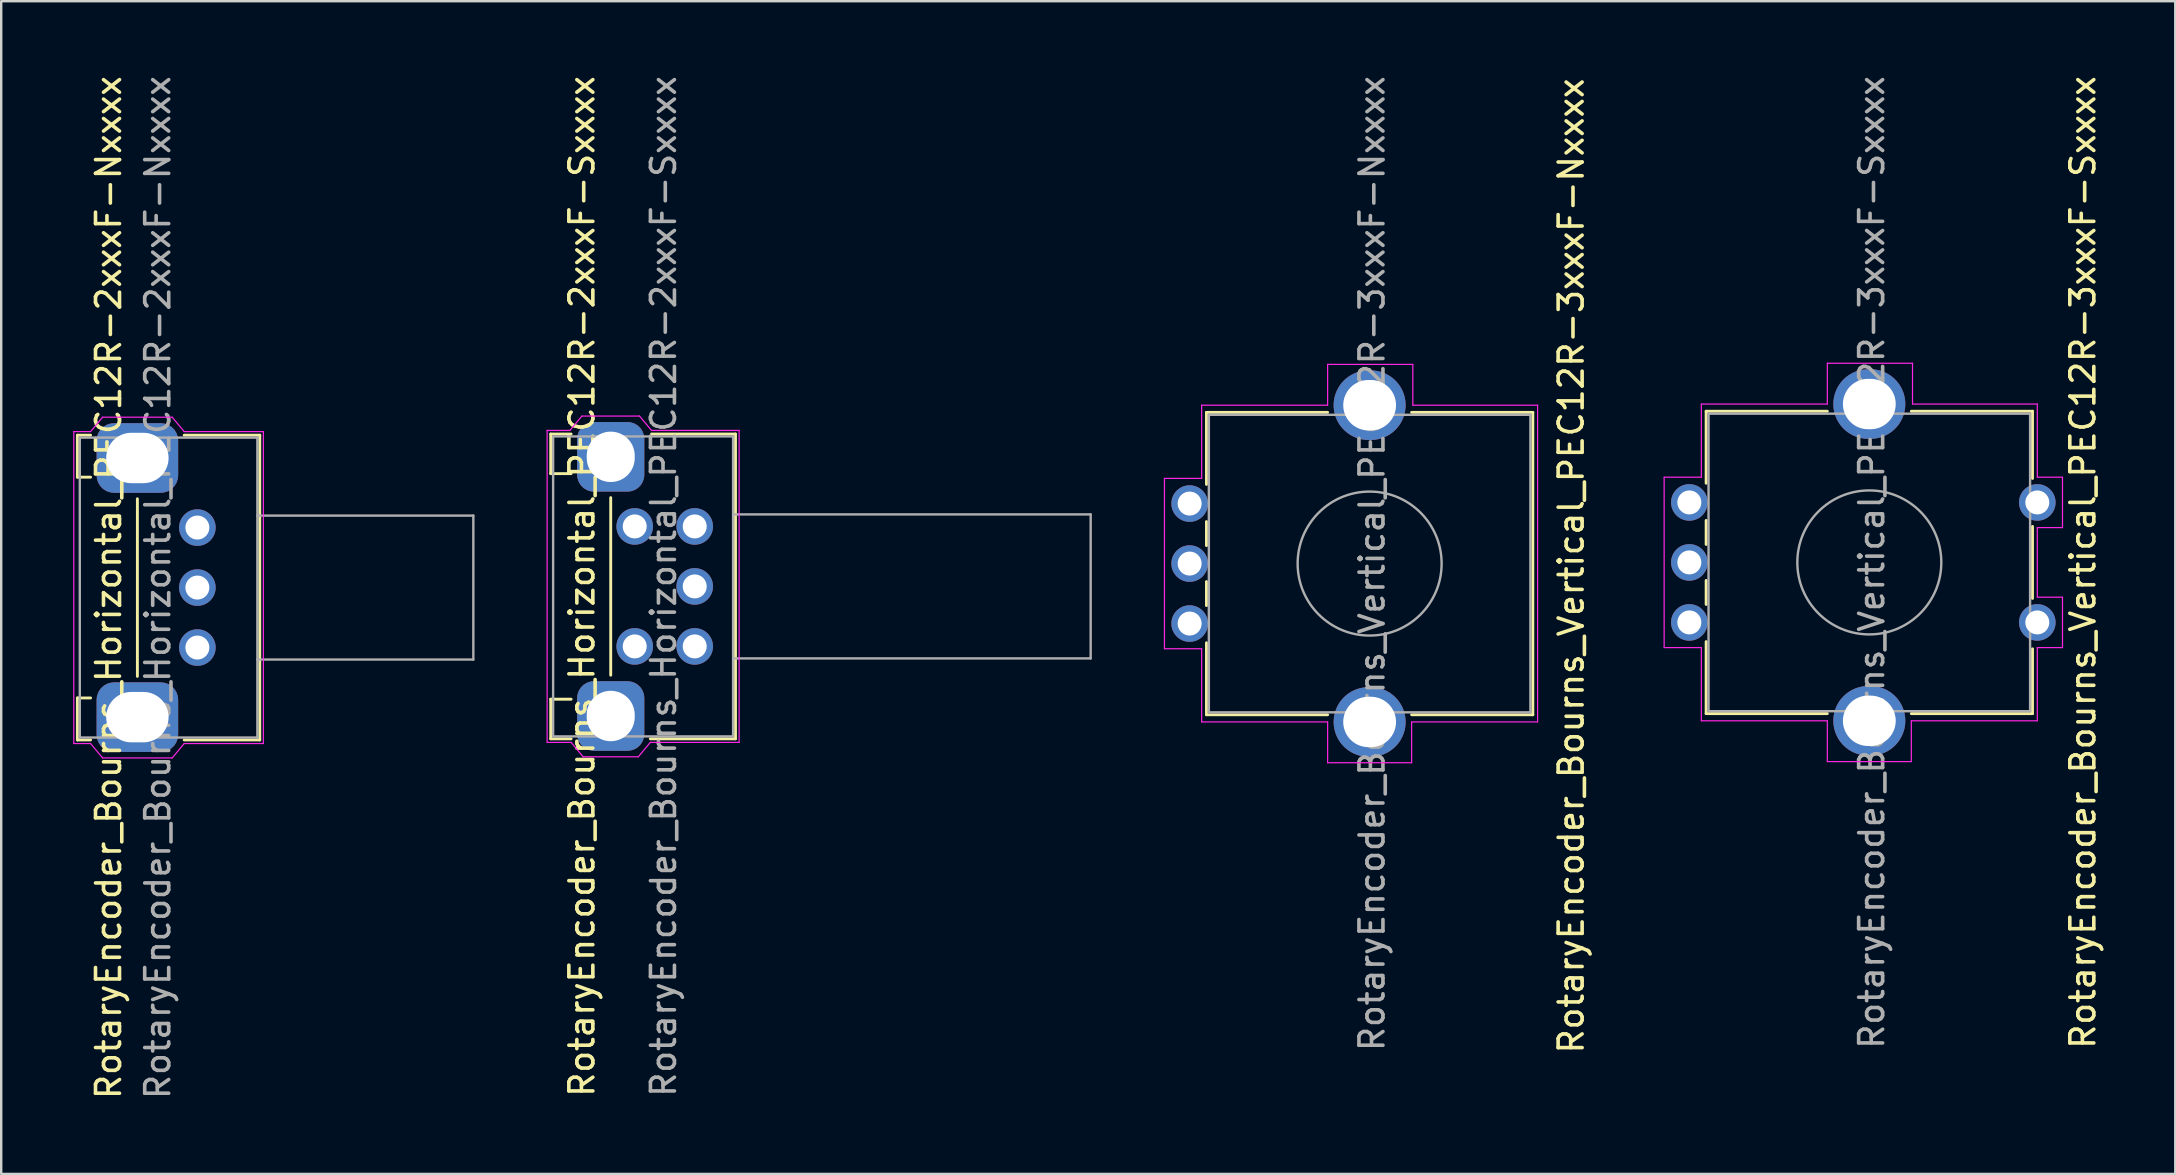
<source format=kicad_pcb>
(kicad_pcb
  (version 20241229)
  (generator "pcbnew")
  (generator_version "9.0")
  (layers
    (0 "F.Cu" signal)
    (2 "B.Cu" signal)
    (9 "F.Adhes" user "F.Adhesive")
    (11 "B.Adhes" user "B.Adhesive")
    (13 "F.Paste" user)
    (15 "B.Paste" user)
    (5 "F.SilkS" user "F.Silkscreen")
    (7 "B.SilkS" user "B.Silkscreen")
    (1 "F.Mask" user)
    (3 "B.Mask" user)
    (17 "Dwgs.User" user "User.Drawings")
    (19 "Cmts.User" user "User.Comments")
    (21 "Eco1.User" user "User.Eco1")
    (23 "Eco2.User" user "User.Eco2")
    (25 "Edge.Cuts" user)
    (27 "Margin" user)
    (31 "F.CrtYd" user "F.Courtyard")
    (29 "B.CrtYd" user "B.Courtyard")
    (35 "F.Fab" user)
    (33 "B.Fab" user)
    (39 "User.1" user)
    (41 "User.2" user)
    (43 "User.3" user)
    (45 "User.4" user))
  (footprint "RotaryEncoder_Bourns_Vertical_PEC12R-3xxxF-Nxxxx"
    (layer "F.Cu")
    (at 46.525 17.935)
    (property "Reference" "RotaryEncoder_Bourns_Vertical_PEC12R-3xxxF-Nxxxx" (at 15.9 2.6 90) (layer "F.SilkS") (effects (font (size 1 1) (thickness 0.15))))
    (attr through_hole)
    (fp_line (start 0.7 -3.8) (end 5.75 -3.8) (stroke (width 0.12) (type solid)) (layer "F.SilkS"))
    (fp_line (start 0.7 -0.8) (end 0.7 -3.8) (stroke (width 0.12) (type solid)) (layer "F.SilkS"))
    (fp_line (start 0.7 0.75) (end 0.7 1.75) (stroke (width 0.12) (type solid)) (layer "F.SilkS"))
    (fp_line (start 0.7 3.25) (end 0.7 4.25) (stroke (width 0.12) (type solid)) (layer "F.SilkS"))
    (fp_line (start 0.7 5.8) (end 0.7 8.8) (stroke (width 0.12) (type solid)) (layer "F.SilkS"))
    (fp_line (start 5.75 8.8) (end 0.7 8.8) (stroke (width 0.12) (type solid)) (layer "F.SilkS"))
    (fp_line (start 9.25 -3.8) (end 14.3 -3.8) (stroke (width 0.12) (type solid)) (layer "F.SilkS"))
    (fp_line (start 14.3 -3.8) (end 14.3 8.8) (stroke (width 0.12) (type solid)) (layer "F.SilkS"))
    (fp_line (start 14.3 8.8) (end 9.25 8.8) (stroke (width 0.12) (type solid)) (layer "F.SilkS"))
    (fp_line (start -1.05 -1.05) (end 0.5 -1.05) (stroke (width 0.05) (type solid)) (layer "F.CrtYd"))
    (fp_line (start -1.05 6.05) (end -1.05 -1.05) (stroke (width 0.05) (type solid)) (layer "F.CrtYd"))
    (fp_line (start 0.5 -4.1) (end 5.75 -4.1) (stroke (width 0.05) (type solid)) (layer "F.CrtYd"))
    (fp_line (start 0.5 -1.05) (end 0.5 -4.1) (stroke (width 0.05) (type solid)) (layer "F.CrtYd"))
    (fp_line (start 0.5 6.05) (end -1.05 6.05) (stroke (width 0.05) (type solid)) (layer "F.CrtYd"))
    (fp_line (start 0.5 9.1) (end 0.5 6.05) (stroke (width 0.05) (type solid)) (layer "F.CrtYd"))
    (fp_line (start 5.75 -5.8) (end 9.3 -5.8) (stroke (width 0.05) (type solid)) (layer "F.CrtYd"))
    (fp_line (start 5.75 -4.1) (end 5.75 -5.8) (stroke (width 0.05) (type solid)) (layer "F.CrtYd"))
    (fp_line (start 5.75 9.1) (end 0.5 9.1) (stroke (width 0.05) (type solid)) (layer "F.CrtYd"))
    (fp_line (start 5.75 10.8) (end 5.75 9.1) (stroke (width 0.05) (type solid)) (layer "F.CrtYd"))
    (fp_line (start 9.25 9.1) (end 9.25 10.8) (stroke (width 0.05) (type solid)) (layer "F.CrtYd"))
    (fp_line (start 9.25 10.8) (end 5.75 10.8) (stroke (width 0.05) (type solid)) (layer "F.CrtYd"))
    (fp_line (start 9.3 -5.8) (end 9.3 -4.1) (stroke (width 0.05) (type solid)) (layer "F.CrtYd"))
    (fp_line (start 9.3 -4.1) (end 14.5 -4.1) (stroke (width 0.05) (type solid)) (layer "F.CrtYd"))
    (fp_line (start 14.5 -4.1) (end 14.5 9.1) (stroke (width 0.05) (type solid)) (layer "F.CrtYd"))
    (fp_line (start 14.5 9.1) (end 9.25 9.1) (stroke (width 0.05) (type solid)) (layer "F.CrtYd"))
    (fp_line (start 0.8 -3.7) (end 0.8 8.7) (stroke (width 0.1) (type solid)) (layer "F.Fab"))
    (fp_line (start 0.8 8.7) (end 14.2 8.7) (stroke (width 0.1) (type solid)) (layer "F.Fab"))
    (fp_line (start 14.2 -3.7) (end 0.8 -3.7) (stroke (width 0.1) (type solid)) (layer "F.Fab"))
    (fp_line (start 14.2 8.7) (end 14.2 -3.7) (stroke (width 0.1) (type solid)) (layer "F.Fab"))
    (fp_circle (center 7.5 2.5) (end 10.5 2.5) (stroke (width 0.1) (type solid)) (fill no) (layer "F.Fab"))
    (fp_text user "${REFERENCE}" (at 7.6 2.5 90) (layer "F.Fab") (effects (font (size 1 1) (thickness 0.15))))
    (pad "A" thru_hole circle (at 0 0 270) (size 1.524 1.524) (drill 1) (layers "*.Cu" "*.Mask"))
    (pad "B" thru_hole circle (at 0 5 270) (size 1.524 1.524) (drill 1) (layers "*.Cu" "*.Mask"))
    (pad "C" thru_hole circle (at 0 2.5 270) (size 1.524 1.524) (drill 1) (layers "*.Cu" "*.Mask"))
    (pad "SH" thru_hole oval (at 7.5 -4.1 270) (size 2.9 3) (drill oval 2.1 2.2) (layers "*.Cu" "*.Mask"))
    (pad "SH" thru_hole oval (at 7.5 9.1 270) (size 2.9 3) (drill oval 2.1 2.2) (layers "*.Cu" "*.Mask")))
  (footprint "RotaryEncoder_Bourns_Horizontal_PEC12R-2xxxF-Nxxxx"
    (layer "F.Cu")
    (at 5.175 23.935)
    (property "Reference" "RotaryEncoder_Bourns_Horizontal_PEC12R-2xxxF-Nxxxx" (at -3.7 -2.5 270) (layer "F.SilkS") (effects (font (size 1 1) (thickness 0.15))))
    (attr through_hole)
    (fp_line (start -5 -8.85) (end -5 -7.1) (stroke (width 0.12) (type solid)) (layer "F.SilkS"))
    (fp_line (start -5 -7.1) (end -4.45 -7.1) (stroke (width 0.12) (type solid)) (layer "F.SilkS"))
    (fp_line (start -5 2.1) (end -4.45 2.1) (stroke (width 0.12) (type solid)) (layer "F.SilkS"))
    (fp_line (start -5 3.85) (end -5 2.1) (stroke (width 0.12) (type solid)) (layer "F.SilkS"))
    (fp_line (start -5 3.85) (end -4.45 3.85) (stroke (width 0.12) (type solid)) (layer "F.SilkS"))
    (fp_line (start -4.45 -8.85) (end -5 -8.85) (stroke (width 0.12) (type solid)) (layer "F.SilkS"))
    (fp_line (start -2.5 1.2) (end -2.5 -6.2) (stroke (width 0.12) (type solid)) (layer "F.SilkS"))
    (fp_line (start -0.55 3.85) (end 2.6 3.85) (stroke (width 0.12) (type solid)) (layer "F.SilkS"))
    (fp_line (start 2.6 -8.85) (end -0.55 -8.85) (stroke (width 0.12) (type solid)) (layer "F.SilkS"))
    (fp_line (start 2.6 3.85) (end 2.6 -8.85) (stroke (width 0.12) (type solid)) (layer "F.SilkS"))
    (fp_line (start -5.15 -9) (end -4.45 -9) (stroke (width 0.05) (type solid)) (layer "F.CrtYd"))
    (fp_line (start -5.15 4) (end -5.15 -9) (stroke (width 0.05) (type solid)) (layer "F.CrtYd"))
    (fp_line (start -5.15 4) (end -4.45 4) (stroke (width 0.05) (type solid)) (layer "F.CrtYd"))
    (fp_line (start -4.45 -9) (end -3.95 -9.6) (stroke (width 0.05) (type solid)) (layer "F.CrtYd"))
    (fp_line (start -4.45 4) (end -3.95 4.6) (stroke (width 0.05) (type solid)) (layer "F.CrtYd"))
    (fp_line (start -3.95 -9.6) (end -1.05 -9.6) (stroke (width 0.05) (type solid)) (layer "F.CrtYd"))
    (fp_line (start -1.05 -9.6) (end -0.55 -9) (stroke (width 0.05) (type solid)) (layer "F.CrtYd"))
    (fp_line (start -1.05 4.6) (end -3.95 4.6) (stroke (width 0.05) (type solid)) (layer "F.CrtYd"))
    (fp_line (start -0.55 -9) (end 2.75 -9) (stroke (width 0.05) (type solid)) (layer "F.CrtYd"))
    (fp_line (start -0.55 4) (end -1.05 4.6) (stroke (width 0.05) (type solid)) (layer "F.CrtYd"))
    (fp_line (start 2.75 4) (end -0.55 4) (stroke (width 0.05) (type solid)) (layer "F.CrtYd"))
    (fp_line (start 2.75 4) (end 2.75 -9) (stroke (width 0.05) (type solid)) (layer "F.CrtYd"))
    (fp_line (start -4.9 -8.75) (end 2.5 -8.75) (stroke (width 0.1) (type solid)) (layer "F.Fab"))
    (fp_line (start -4.9 3.75) (end -4.9 -8.75) (stroke (width 0.1) (type solid)) (layer "F.Fab"))
    (fp_line (start 2.5 -8.75) (end 2.5 3.75) (stroke (width 0.1) (type solid)) (layer "F.Fab"))
    (fp_line (start 2.5 0.5) (end 11.5 0.5) (stroke (width 0.1) (type solid)) (layer "F.Fab"))
    (fp_line (start 2.5 3.75) (end -4.9 3.75) (stroke (width 0.1) (type solid)) (layer "F.Fab"))
    (fp_line (start 11.5 -5.5) (end 2.5 -5.5) (stroke (width 0.1) (type solid)) (layer "F.Fab"))
    (fp_line (start 11.5 0.5) (end 11.5 -5.5) (stroke (width 0.1) (type solid)) (layer "F.Fab"))
    (fp_text user "${REFERENCE}" (at -1.65 -2.5 270) (layer "F.Fab") (effects (font (size 1 1) (thickness 0.15))))
    (pad "A" thru_hole circle (at 0 0 90) (size 1.524 1.524) (drill 1) (layers "*.Cu" "*.Mask"))
    (pad "B" thru_hole circle (at 0 -5 90) (size 1.524 1.524) (drill 1) (layers "*.Cu" "*.Mask"))
    (pad "C" thru_hole circle (at 0 -2.5 90) (size 1.524 1.524) (drill 1) (layers "*.Cu" "*.Mask"))
    (pad "SH" thru_hole roundrect (at -2.5 -7.9 90) (size 2.9 3.4) (drill oval 2.1 2.6) (layers "*.Cu" "*.Mask") (roundrect_rratio 0.25))
    (pad "SH" thru_hole roundrect (at -2.5 2.9 90) (size 2.9 3.4) (drill oval 2.1 2.6) (layers "*.Cu" "*.Mask") (roundrect_rratio 0.25)))
  (footprint "RotaryEncoder_Bourns_Horizontal_PEC12R-2xxxF-Sxxxx"
    (layer "F.Cu")
    (at 25.9 23.887)
    (property "Reference" "RotaryEncoder_Bourns_Horizontal_PEC12R-2xxxF-Sxxxx" (at -4.7 -2.5 270) (layer "F.SilkS") (effects (font (size 1 1) (thickness 0.15))))
    (attr through_hole)
    (fp_line (start -6 -8.85) (end -6 -7.2) (stroke (width 0.12) (type solid)) (layer "F.SilkS"))
    (fp_line (start -6 -7.2) (end -5.15 -7.2) (stroke (width 0.12) (type solid)) (layer "F.SilkS"))
    (fp_line (start -6 2.2) (end -5.15 2.2) (stroke (width 0.12) (type solid)) (layer "F.SilkS"))
    (fp_line (start -6 3.85) (end -6 2.2) (stroke (width 0.12) (type solid)) (layer "F.SilkS"))
    (fp_line (start -5.15 -8.85) (end -6 -8.85) (stroke (width 0.12) (type solid)) (layer "F.SilkS"))
    (fp_line (start -5.15 3.85) (end -6 3.85) (stroke (width 0.12) (type solid)) (layer "F.SilkS"))
    (fp_line (start -3.5 1.2) (end -3.5 -6.2) (stroke (width 0.12) (type solid)) (layer "F.SilkS"))
    (fp_line (start -1.85 3.85) (end 1.7 3.85) (stroke (width 0.12) (type solid)) (layer "F.SilkS"))
    (fp_line (start 1.7 -8.85) (end -1.8 -8.85) (stroke (width 0.12) (type solid)) (layer "F.SilkS"))
    (fp_line (start 1.7 3.85) (end 1.7 -8.85) (stroke (width 0.12) (type solid)) (layer "F.SilkS"))
    (fp_line (start -6.15 -9) (end -5.2 -9) (stroke (width 0.05) (type solid)) (layer "F.CrtYd"))
    (fp_line (start -6.15 4) (end -6.15 -9) (stroke (width 0.05) (type solid)) (layer "F.CrtYd"))
    (fp_line (start -6.15 4) (end -5.15 4) (stroke (width 0.05) (type solid)) (layer "F.CrtYd"))
    (fp_line (start -5.2 -9) (end -4.7 -9.6) (stroke (width 0.05) (type solid)) (layer "F.CrtYd"))
    (fp_line (start -5.15 4) (end -4.65 4.6) (stroke (width 0.05) (type solid)) (layer "F.CrtYd"))
    (fp_line (start -4.7 -9.6) (end -2.3 -9.6) (stroke (width 0.05) (type solid)) (layer "F.CrtYd"))
    (fp_line (start -2.35 4.6) (end -4.65 4.6) (stroke (width 0.05) (type solid)) (layer "F.CrtYd"))
    (fp_line (start -2.3 -9.6) (end -1.8 -9) (stroke (width 0.05) (type solid)) (layer "F.CrtYd"))
    (fp_line (start -1.85 4) (end -2.35 4.6) (stroke (width 0.05) (type solid)) (layer "F.CrtYd"))
    (fp_line (start -1.8 -9) (end 1.85 -9) (stroke (width 0.05) (type solid)) (layer "F.CrtYd"))
    (fp_line (start 1.85 -9) (end 1.85 4) (stroke (width 0.05) (type solid)) (layer "F.CrtYd"))
    (fp_line (start 1.85 4) (end -1.85 4) (stroke (width 0.05) (type solid)) (layer "F.CrtYd"))
    (fp_line (start -5.9 -8.75) (end 1.6 -8.75) (stroke (width 0.1) (type solid)) (layer "F.Fab"))
    (fp_line (start -5.9 3.7) (end -5.9 -8.7) (stroke (width 0.1) (type solid)) (layer "F.Fab"))
    (fp_line (start 1.6 -8.75) (end 1.6 3.7) (stroke (width 0.1) (type solid)) (layer "F.Fab"))
    (fp_line (start 1.6 0.5) (end 16.5 0.5) (stroke (width 0.1) (type solid)) (layer "F.Fab"))
    (fp_line (start 1.6 3.75) (end -5.9 3.75) (stroke (width 0.1) (type solid)) (layer "F.Fab"))
    (fp_line (start 16.5 -5.5) (end 1.6 -5.5) (stroke (width 0.1) (type solid)) (layer "F.Fab"))
    (fp_line (start 16.5 0.5) (end 16.5 -5.5) (stroke (width 0.1) (type solid)) (layer "F.Fab"))
    (fp_text user "${REFERENCE}" (at -1.3 -2.5 270) (layer "F.Fab") (effects (font (size 1 1) (thickness 0.15))))
    (pad "A" thru_hole circle (at 0 0 90) (size 1.524 1.524) (drill 1) (layers "*.Cu" "*.Mask"))
    (pad "B" thru_hole circle (at 0 -5 90) (size 1.524 1.524) (drill 1) (layers "*.Cu" "*.Mask"))
    (pad "C" thru_hole circle (at 0 -2.5 90) (size 1.524 1.524) (drill 1) (layers "*.Cu" "*.Mask"))
    (pad "S1" thru_hole circle (at -2.5 0 90) (size 1.524 1.524) (drill 1) (layers "*.Cu" "*.Mask"))
    (pad "S2" thru_hole circle (at -2.5 -5 90) (size 1.524 1.524) (drill 1) (layers "*.Cu" "*.Mask"))
    (pad "SH" thru_hole roundrect (at -3.5 -7.9 90) (size 2.9 2.8) (drill oval 2.1 2) (layers "*.Cu" "*.Mask") (roundrect_rratio 0.25))
    (pad "SH" thru_hole roundrect (at -3.5 2.9 90) (size 2.9 2.8) (drill oval 2.1 2) (layers "*.Cu" "*.Mask") (roundrect_rratio 0.25)))
  (footprint "RotaryEncoder_Bourns_Vertical_PEC12R-3xxxF-Sxxxx"
    (layer "F.Cu")
    (at 67.348 17.887)
    (property "Reference" "RotaryEncoder_Bourns_Vertical_PEC12R-3xxxF-Sxxxx" (at 16.4 2.5 90) (layer "F.SilkS") (effects (font (size 1 1) (thickness 0.15))))
    (attr through_hole)
    (fp_line (start 0.7 -3.8) (end 5.75 -3.8) (stroke (width 0.12) (type solid)) (layer "F.SilkS"))
    (fp_line (start 0.7 -0.8) (end 0.7 -3.8) (stroke (width 0.12) (type solid)) (layer "F.SilkS"))
    (fp_line (start 0.7 0.75) (end 0.7 1.75) (stroke (width 0.12) (type solid)) (layer "F.SilkS"))
    (fp_line (start 0.7 3.25) (end 0.7 4.25) (stroke (width 0.12) (type solid)) (layer "F.SilkS"))
    (fp_line (start 0.7 5.8) (end 0.7 8.8) (stroke (width 0.12) (type solid)) (layer "F.SilkS"))
    (fp_line (start 5.75 8.8) (end 0.7 8.8) (stroke (width 0.12) (type solid)) (layer "F.SilkS"))
    (fp_line (start 9.25 -3.8) (end 14.3 -3.8) (stroke (width 0.12) (type solid)) (layer "F.SilkS"))
    (fp_line (start 14.3 -3.8) (end 14.3 -1) (stroke (width 0.12) (type solid)) (layer "F.SilkS"))
    (fp_line (start 14.3 1) (end 14.3 4) (stroke (width 0.12) (type solid)) (layer "F.SilkS"))
    (fp_line (start 14.3 6.1) (end 14.3 8.8) (stroke (width 0.12) (type solid)) (layer "F.SilkS"))
    (fp_line (start 14.3 8.8) (end 9.25 8.8) (stroke (width 0.12) (type solid)) (layer "F.SilkS"))
    (fp_line (start -1.05 -1.05) (end 0.5 -1.05) (stroke (width 0.05) (type solid)) (layer "F.CrtYd"))
    (fp_line (start -1.05 6.05) (end -1.05 -1.05) (stroke (width 0.05) (type solid)) (layer "F.CrtYd"))
    (fp_line (start 0.5 -4.1) (end 5.75 -4.1) (stroke (width 0.05) (type solid)) (layer "F.CrtYd"))
    (fp_line (start 0.5 -1.05) (end 0.5 -4.1) (stroke (width 0.05) (type solid)) (layer "F.CrtYd"))
    (fp_line (start 0.5 6.05) (end -1.05 6.05) (stroke (width 0.05) (type solid)) (layer "F.CrtYd"))
    (fp_line (start 0.5 9.1) (end 0.5 6.05) (stroke (width 0.05) (type solid)) (layer "F.CrtYd"))
    (fp_line (start 5.75 -5.8) (end 9.3 -5.8) (stroke (width 0.05) (type solid)) (layer "F.CrtYd"))
    (fp_line (start 5.75 -4.1) (end 5.75 -5.8) (stroke (width 0.05) (type solid)) (layer "F.CrtYd"))
    (fp_line (start 5.75 9.1) (end 0.5 9.1) (stroke (width 0.05) (type solid)) (layer "F.CrtYd"))
    (fp_line (start 5.75 10.8) (end 5.75 9.1) (stroke (width 0.05) (type solid)) (layer "F.CrtYd"))
    (fp_line (start 9.25 9.1) (end 9.25 10.8) (stroke (width 0.05) (type solid)) (layer "F.CrtYd"))
    (fp_line (start 9.25 10.8) (end 5.75 10.8) (stroke (width 0.05) (type solid)) (layer "F.CrtYd"))
    (fp_line (start 9.3 -5.8) (end 9.3 -4.1) (stroke (width 0.05) (type solid)) (layer "F.CrtYd"))
    (fp_line (start 9.3 -4.1) (end 14.5 -4.1) (stroke (width 0.05) (type solid)) (layer "F.CrtYd"))
    (fp_line (start 14.5 -4.1) (end 14.5 -1.05) (stroke (width 0.05) (type solid)) (layer "F.CrtYd"))
    (fp_line (start 14.5 -1.05) (end 15.55 -1.05) (stroke (width 0.05) (type solid)) (layer "F.CrtYd"))
    (fp_line (start 14.5 1.05) (end 14.5 3.95) (stroke (width 0.05) (type solid)) (layer "F.CrtYd"))
    (fp_line (start 14.5 3.95) (end 15.55 3.95) (stroke (width 0.05) (type solid)) (layer "F.CrtYd"))
    (fp_line (start 14.5 6.05) (end 14.5 9.1) (stroke (width 0.05) (type solid)) (layer "F.CrtYd"))
    (fp_line (start 14.5 9.1) (end 9.25 9.1) (stroke (width 0.05) (type solid)) (layer "F.CrtYd"))
    (fp_line (start 15.55 -1.05) (end 15.55 1.05) (stroke (width 0.05) (type solid)) (layer "F.CrtYd"))
    (fp_line (start 15.55 1.05) (end 14.5 1.05) (stroke (width 0.05) (type solid)) (layer "F.CrtYd"))
    (fp_line (start 15.55 3.95) (end 15.55 6.05) (stroke (width 0.05) (type solid)) (layer "F.CrtYd"))
    (fp_line (start 15.55 6.05) (end 14.5 6.05) (stroke (width 0.05) (type solid)) (layer "F.CrtYd"))
    (fp_line (start 0.8 -3.7) (end 0.8 8.7) (stroke (width 0.1) (type solid)) (layer "F.Fab"))
    (fp_line (start 0.8 8.7) (end 14.2 8.7) (stroke (width 0.1) (type solid)) (layer "F.Fab"))
    (fp_line (start 14.2 -3.7) (end 0.8 -3.7) (stroke (width 0.1) (type solid)) (layer "F.Fab"))
    (fp_line (start 14.2 8.7) (end 14.2 -3.7) (stroke (width 0.1) (type solid)) (layer "F.Fab"))
    (fp_circle (center 7.5 2.5) (end 10.5 2.5) (stroke (width 0.1) (type solid)) (fill no) (layer "F.Fab"))
    (fp_text user "${REFERENCE}" (at 7.6 2.5 90) (layer "F.Fab") (effects (font (size 1 1) (thickness 0.15))))
    (pad "A" thru_hole circle (at 0 0 270) (size 1.524 1.524) (drill 1) (layers "*.Cu" "*.Mask"))
    (pad "B" thru_hole circle (at 0 5 270) (size 1.524 1.524) (drill 1) (layers "*.Cu" "*.Mask"))
    (pad "C" thru_hole circle (at 0 2.5 270) (size 1.524 1.524) (drill 1) (layers "*.Cu" "*.Mask"))
    (pad "S1" thru_hole circle (at 14.5 0 270) (size 1.524 1.524) (drill 1) (layers "*.Cu" "*.Mask"))
    (pad "S2" thru_hole circle (at 14.5 5 270) (size 1.524 1.524) (drill 1) (layers "*.Cu" "*.Mask"))
    (pad "SH" thru_hole oval (at 7.5 -4.1 270) (size 2.9 3) (drill oval 2.1 2.2) (layers "*.Cu" "*.Mask"))
    (pad "SH" thru_hole oval (at 7.5 9.1 270) (size 2.9 3) (drill oval 2.1 2.2) (layers "*.Cu" "*.Mask")))
  (gr_rect
    (start -3 -3)
    (end 87.597 45.869)
    (stroke (width 0.1) (type default))
    (fill no)
    (layer "Edge.Cuts")))
</source>
